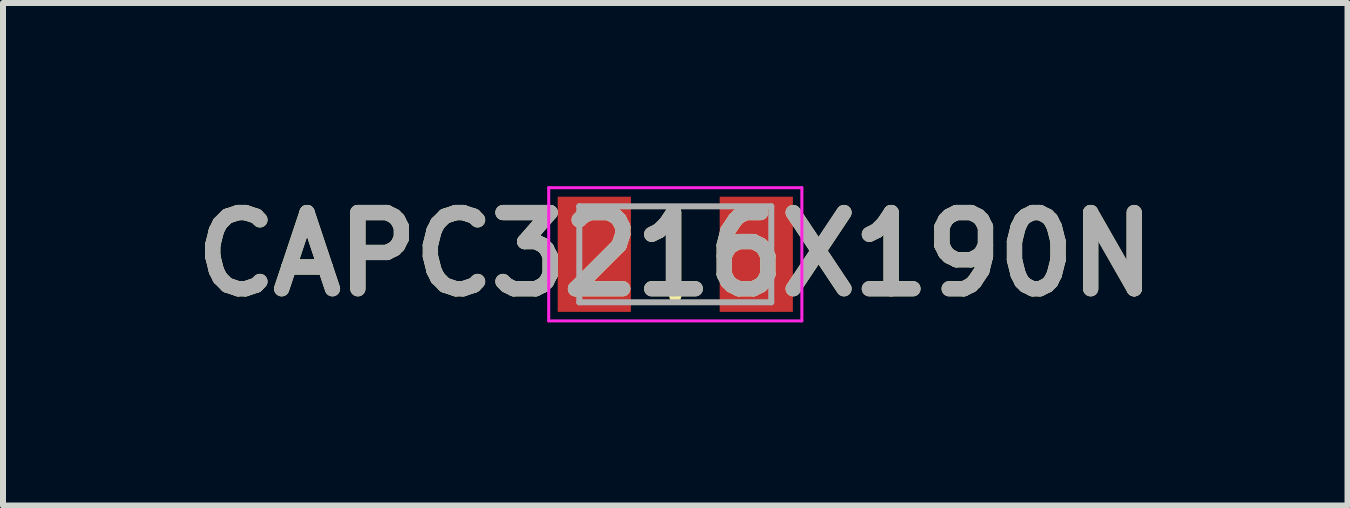
<source format=kicad_pcb>
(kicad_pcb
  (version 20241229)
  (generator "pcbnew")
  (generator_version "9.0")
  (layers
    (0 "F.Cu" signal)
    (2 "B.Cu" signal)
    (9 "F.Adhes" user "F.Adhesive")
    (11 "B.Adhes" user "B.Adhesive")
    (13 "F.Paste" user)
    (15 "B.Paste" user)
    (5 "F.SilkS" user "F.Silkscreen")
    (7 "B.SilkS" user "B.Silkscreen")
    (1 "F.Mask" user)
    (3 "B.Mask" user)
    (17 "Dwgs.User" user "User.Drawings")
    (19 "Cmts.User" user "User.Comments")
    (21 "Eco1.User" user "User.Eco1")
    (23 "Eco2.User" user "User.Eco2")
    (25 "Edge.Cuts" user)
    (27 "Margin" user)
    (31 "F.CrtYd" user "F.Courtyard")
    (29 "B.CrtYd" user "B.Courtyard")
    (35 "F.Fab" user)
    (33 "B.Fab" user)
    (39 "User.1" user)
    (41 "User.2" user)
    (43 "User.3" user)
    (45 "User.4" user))
  (footprint "CAPC3216X190N"
    (layer "F.Cu")
    (at 8.207 1.189)
    (property "Reference" "CAPC3216X190N" (at 0 0 0) (layer "F.SilkS") (effects (font (size 1.27 1.27) (thickness 0.254))))
    (attr smd)
    (fp_line (start 0 -0.7) (end 0 0.7) (stroke (width 0.2) (type solid)) (layer "F.SilkS"))
    (fp_line (start -2.11 -1.11) (end 2.11 -1.11) (stroke (width 0.05) (type solid)) (layer "F.CrtYd"))
    (fp_line (start -2.11 1.11) (end -2.11 -1.11) (stroke (width 0.05) (type solid)) (layer "F.CrtYd"))
    (fp_line (start 2.11 -1.11) (end 2.11 1.11) (stroke (width 0.05) (type solid)) (layer "F.CrtYd"))
    (fp_line (start 2.11 1.11) (end -2.11 1.11) (stroke (width 0.05) (type solid)) (layer "F.CrtYd"))
    (fp_line (start -1.6 -0.8) (end 1.6 -0.8) (stroke (width 0.1) (type solid)) (layer "F.Fab"))
    (fp_line (start -1.6 0.8) (end -1.6 -0.8) (stroke (width 0.1) (type solid)) (layer "F.Fab"))
    (fp_line (start 1.6 -0.8) (end 1.6 0.8) (stroke (width 0.1) (type solid)) (layer "F.Fab"))
    (fp_line (start 1.6 0.8) (end -1.6 0.8) (stroke (width 0.1) (type solid)) (layer "F.Fab"))
    (fp_text user "${REFERENCE}" (at 0 0 0) (layer "F.Fab") (effects (font (size 1.27 1.27) (thickness 0.254))))
    (pad "1" smd rect (at -1.35 0) (size 1.22 1.92) (layers "F.Cu" "F.Mask" "F.Paste"))
    (pad "2" smd rect (at 1.35 0) (size 1.22 1.92) (layers "F.Cu" "F.Mask" "F.Paste")))
  (gr_rect
    (start -3 -3)
    (end 19.413 5.377)
    (stroke (width 0.1) (type default))
    (fill no)
    (layer "Edge.Cuts")))
</source>
